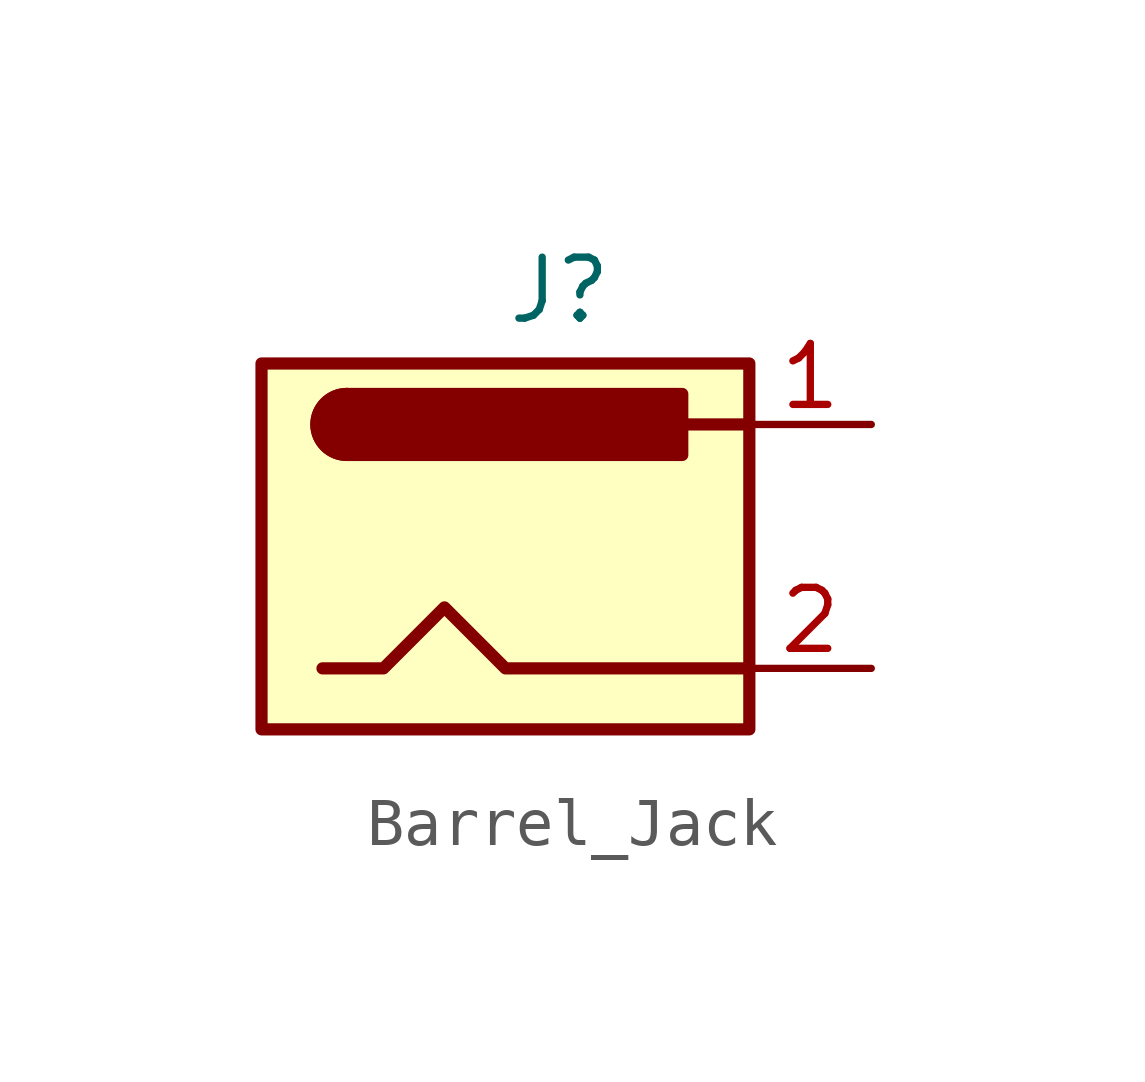
<source format=kicad_sym>
(kicad_symbol_lib
  (version 20220914)
  (generator kicad_symbol_editor)
  (symbol "Barrel_Jack"
    (pin_names
      (offset 1.016))
    (property "Reference" "J"
      (at 0 5.334 0)
      (effects (font (size 1.27 1.27)) (justify left)))
    (symbol "Barrel_Jack_0_1"
      (rectangle (start -5.08 3.81) (end 5.08 -3.81) (stroke (width 0.254) (type default)) (fill (type background)))
      (arc (start -3.302 3.175) (mid -3.9343 2.54) (end -3.302 1.905) (stroke (width 0.254) (type default)) (fill (type none)))
      (arc (start -3.302 3.175) (mid -3.9343 2.54) (end -3.302 1.905) (stroke (width 0.254) (type default)) (fill (type outline)))
      (polyline (pts (xy 5.08 2.54) (xy 3.81 2.54)) (stroke (width 0.254) (type default)) (fill (type none)))
      (polyline (pts (xy -3.81 -2.54) (xy -2.54 -2.54) (xy -1.27 -1.27) (xy 0 -2.54) (xy 2.54 -2.54) (xy 5.08 -2.54)) (stroke (width 0.254) (type default)) (fill (type none)))
      (rectangle (start 3.683 3.175) (end -3.302 1.905) (stroke (width 0.254) (type default)) (fill (type outline))))
    (symbol "Barrel_Jack_1_1"
      (pin passive line (at 7.62 2.54 180) (length 2.54) (name "~" (effects (font (size 1.27 1.27)))) (number "1" (effects (font (size 1.27 1.27)))))
      (pin passive line (at 7.62 -2.54 180) (length 2.54) (name "~" (effects (font (size 1.27 1.27)))) (number "2" (effects (font (size 1.27 1.27))))))))
</source>
